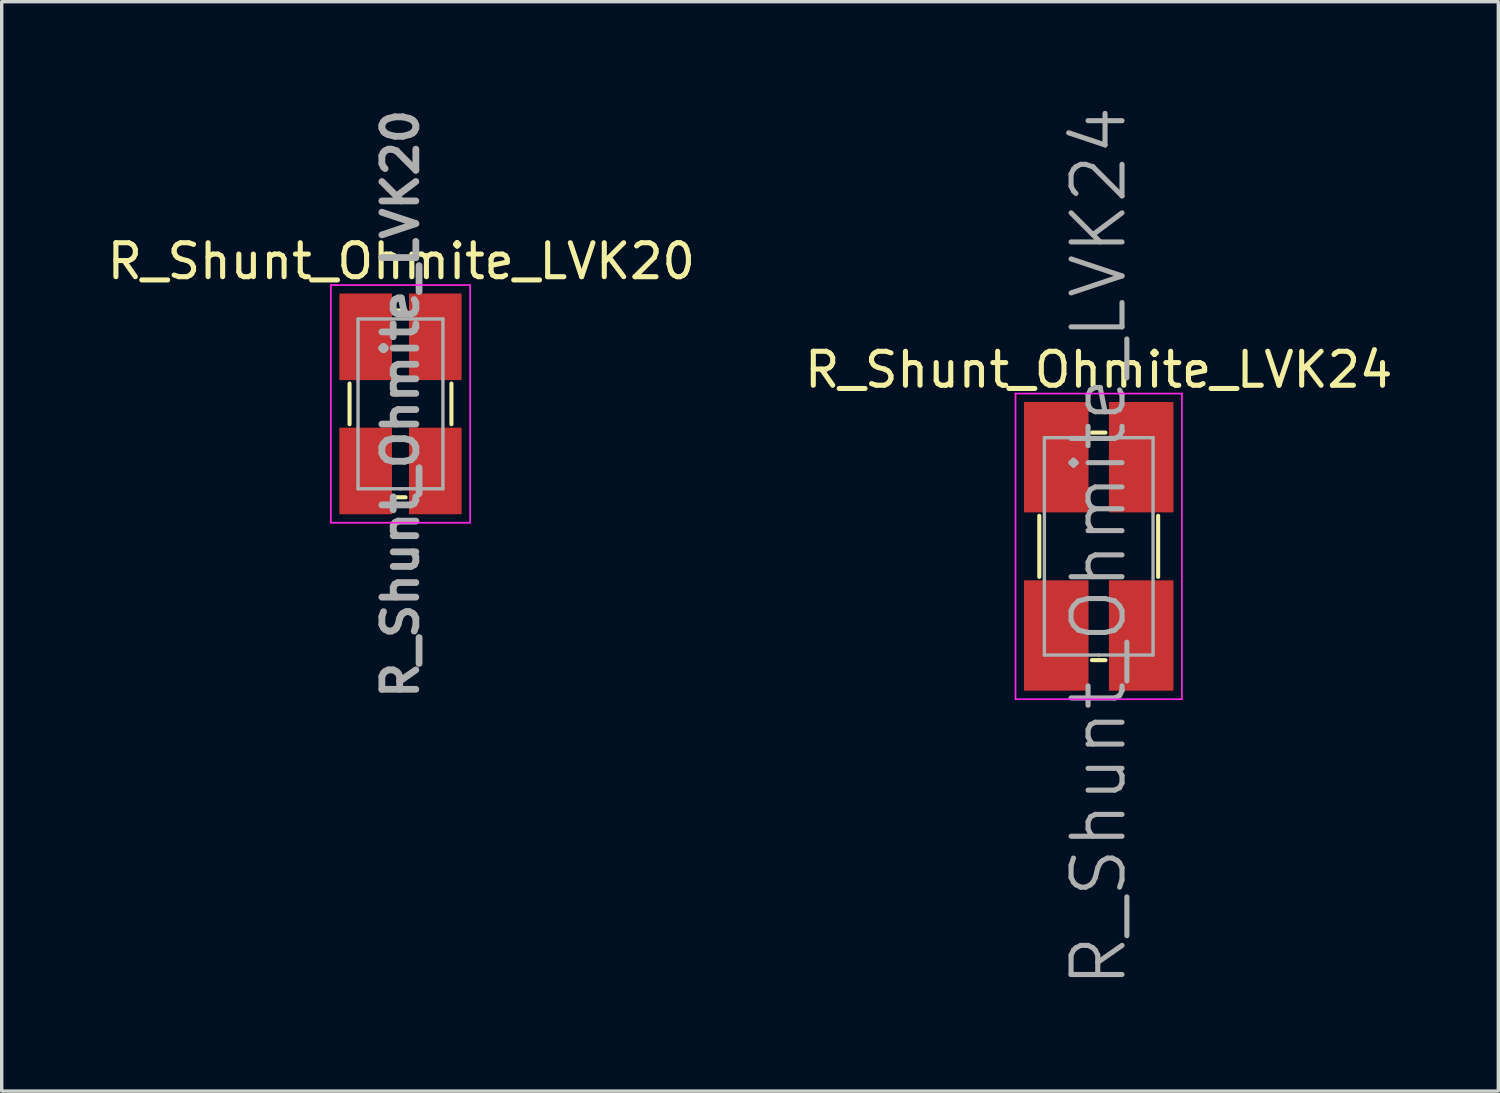
<source format=kicad_pcb>
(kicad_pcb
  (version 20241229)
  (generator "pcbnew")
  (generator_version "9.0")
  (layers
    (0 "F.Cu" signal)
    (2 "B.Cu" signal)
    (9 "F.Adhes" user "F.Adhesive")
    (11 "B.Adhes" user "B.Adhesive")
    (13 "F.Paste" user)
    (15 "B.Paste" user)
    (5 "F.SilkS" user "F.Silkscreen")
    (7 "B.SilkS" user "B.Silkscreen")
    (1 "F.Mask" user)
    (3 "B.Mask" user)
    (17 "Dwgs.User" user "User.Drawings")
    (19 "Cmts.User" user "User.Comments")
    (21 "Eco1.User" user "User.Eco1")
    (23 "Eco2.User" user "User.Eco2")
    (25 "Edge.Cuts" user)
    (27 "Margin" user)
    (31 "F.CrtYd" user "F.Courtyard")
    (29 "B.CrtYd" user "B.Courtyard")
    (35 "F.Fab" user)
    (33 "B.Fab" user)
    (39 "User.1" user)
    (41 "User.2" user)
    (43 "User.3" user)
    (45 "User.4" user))
  (footprint "R_Shunt_Ohmite_LVK20"
    (layer "F.Cu")
    (at 8.743 8.843)
    (property "Reference" "R_Shunt_Ohmite_LVK20" (at 0.025 -4.2 0) (layer "F.SilkS") (effects (font (size 1 1) (thickness 0.15))))
    (attr smd)
    (fp_line (start -1.5 0.6) (end -1.5 -0.6) (stroke (width 0.12) (type solid)) (layer "F.SilkS"))
    (fp_line (start 0.15 -2.75) (end -0.15 -2.75) (stroke (width 0.12) (type solid)) (layer "F.SilkS"))
    (fp_line (start 0.15 2.75) (end -0.15 2.75) (stroke (width 0.12) (type solid)) (layer "F.SilkS"))
    (fp_line (start 1.5 -0.6) (end 1.5 0.6) (stroke (width 0.12) (type solid)) (layer "F.SilkS"))
    (fp_line (start -2.05 -3.5) (end 2.05 -3.5) (stroke (width 0.05) (type solid)) (layer "F.CrtYd"))
    (fp_line (start -2.05 3.5) (end -2.05 -3.5) (stroke (width 0.05) (type solid)) (layer "F.CrtYd"))
    (fp_line (start 2.05 -3.5) (end 2.05 3.5) (stroke (width 0.05) (type solid)) (layer "F.CrtYd"))
    (fp_line (start 2.05 3.5) (end -2.05 3.5) (stroke (width 0.05) (type solid)) (layer "F.CrtYd"))
    (fp_line (start -1.25 -2.5) (end 1.25 -2.5) (stroke (width 0.1) (type solid)) (layer "F.Fab"))
    (fp_line (start -1.25 2.5) (end -1.25 -2.5) (stroke (width 0.1) (type solid)) (layer "F.Fab"))
    (fp_line (start 0 2.5) (end -1.25 2.5) (stroke (width 0.1) (type solid)) (layer "F.Fab"))
    (fp_line (start 1.25 -2.5) (end 1.25 2.5) (stroke (width 0.1) (type solid)) (layer "F.Fab"))
    (fp_line (start 1.25 2.5) (end 0 2.5) (stroke (width 0.1) (type solid)) (layer "F.Fab"))
    (fp_text user "${REFERENCE}" (at 0 0 90) (layer "F.Fab") (effects (font (size 1 1) (thickness 0.2))))
    (pad "1" smd rect (at -1.025 -1.975) (size 1.55 2.55) (layers "F.Cu" "F.Mask" "F.Paste"))
    (pad "2" smd rect (at 1.025 -1.975) (size 1.55 2.55) (layers "F.Cu" "F.Mask" "F.Paste"))
    (pad "3" smd rect (at 1.025 1.975) (size 1.55 2.55) (layers "F.Cu" "F.Mask" "F.Paste"))
    (pad "4" smd rect (at -1.025 1.975) (size 1.55 2.55) (layers "F.Cu" "F.Mask" "F.Paste")))
  (footprint "R_Shunt_Ohmite_LVK24"
    (layer "F.Cu")
    (at 29.304 13.039)
    (property "Reference" "R_Shunt_Ohmite_LVK24" (at 0 -5.2 0) (layer "F.SilkS") (effects (font (size 1 1) (thickness 0.15))))
    (attr smd)
    (fp_line (start -1.75 0.9) (end -1.75 -0.9) (stroke (width 0.12) (type solid)) (layer "F.SilkS"))
    (fp_line (start 0.2 -3.35) (end -0.2 -3.35) (stroke (width 0.12) (type solid)) (layer "F.SilkS"))
    (fp_line (start 0.2 3.35) (end -0.2 3.35) (stroke (width 0.12) (type solid)) (layer "F.SilkS"))
    (fp_line (start 1.75 -0.9) (end 1.75 0.9) (stroke (width 0.12) (type solid)) (layer "F.SilkS"))
    (fp_line (start -2.45 -4.5) (end 2.45 -4.5) (stroke (width 0.05) (type solid)) (layer "F.CrtYd"))
    (fp_line (start -2.45 4.5) (end -2.45 -4.5) (stroke (width 0.05) (type solid)) (layer "F.CrtYd"))
    (fp_line (start 2.45 -4.5) (end 2.45 4.5) (stroke (width 0.05) (type solid)) (layer "F.CrtYd"))
    (fp_line (start 2.45 4.5) (end -2.45 4.5) (stroke (width 0.05) (type solid)) (layer "F.CrtYd"))
    (fp_line (start -1.6 -3.2) (end 1.6 -3.2) (stroke (width 0.1) (type solid)) (layer "F.Fab"))
    (fp_line (start -1.6 3.2) (end -1.6 -3.2) (stroke (width 0.1) (type solid)) (layer "F.Fab"))
    (fp_line (start 0 3.2) (end -1.6 3.2) (stroke (width 0.1) (type solid)) (layer "F.Fab"))
    (fp_line (start 1.6 -3.2) (end 1.6 3.2) (stroke (width 0.1) (type solid)) (layer "F.Fab"))
    (fp_line (start 1.6 3.2) (end 0 3.2) (stroke (width 0.1) (type solid)) (layer "F.Fab"))
    (fp_text user "${REFERENCE}" (at 0 0 90) (layer "F.Fab") (effects (font (size 1.5 1.5) (thickness 0.15))))
    (pad "1" smd rect (at -1.25 -2.625) (size 1.9 3.25) (layers "F.Cu" "F.Mask" "F.Paste"))
    (pad "2" smd rect (at 1.25 -2.625) (size 1.9 3.25) (layers "F.Cu" "F.Mask" "F.Paste"))
    (pad "3" smd rect (at 1.25 2.625) (size 1.9 3.25) (layers "F.Cu" "F.Mask" "F.Paste"))
    (pad "4" smd rect (at -1.25 2.625) (size 1.9 3.25) (layers "F.Cu" "F.Mask" "F.Paste")))
  (gr_rect
    (start -3 -3)
    (end 41.071 29.079)
    (stroke (width 0.1) (type default))
    (fill no)
    (layer "Edge.Cuts")))
</source>
